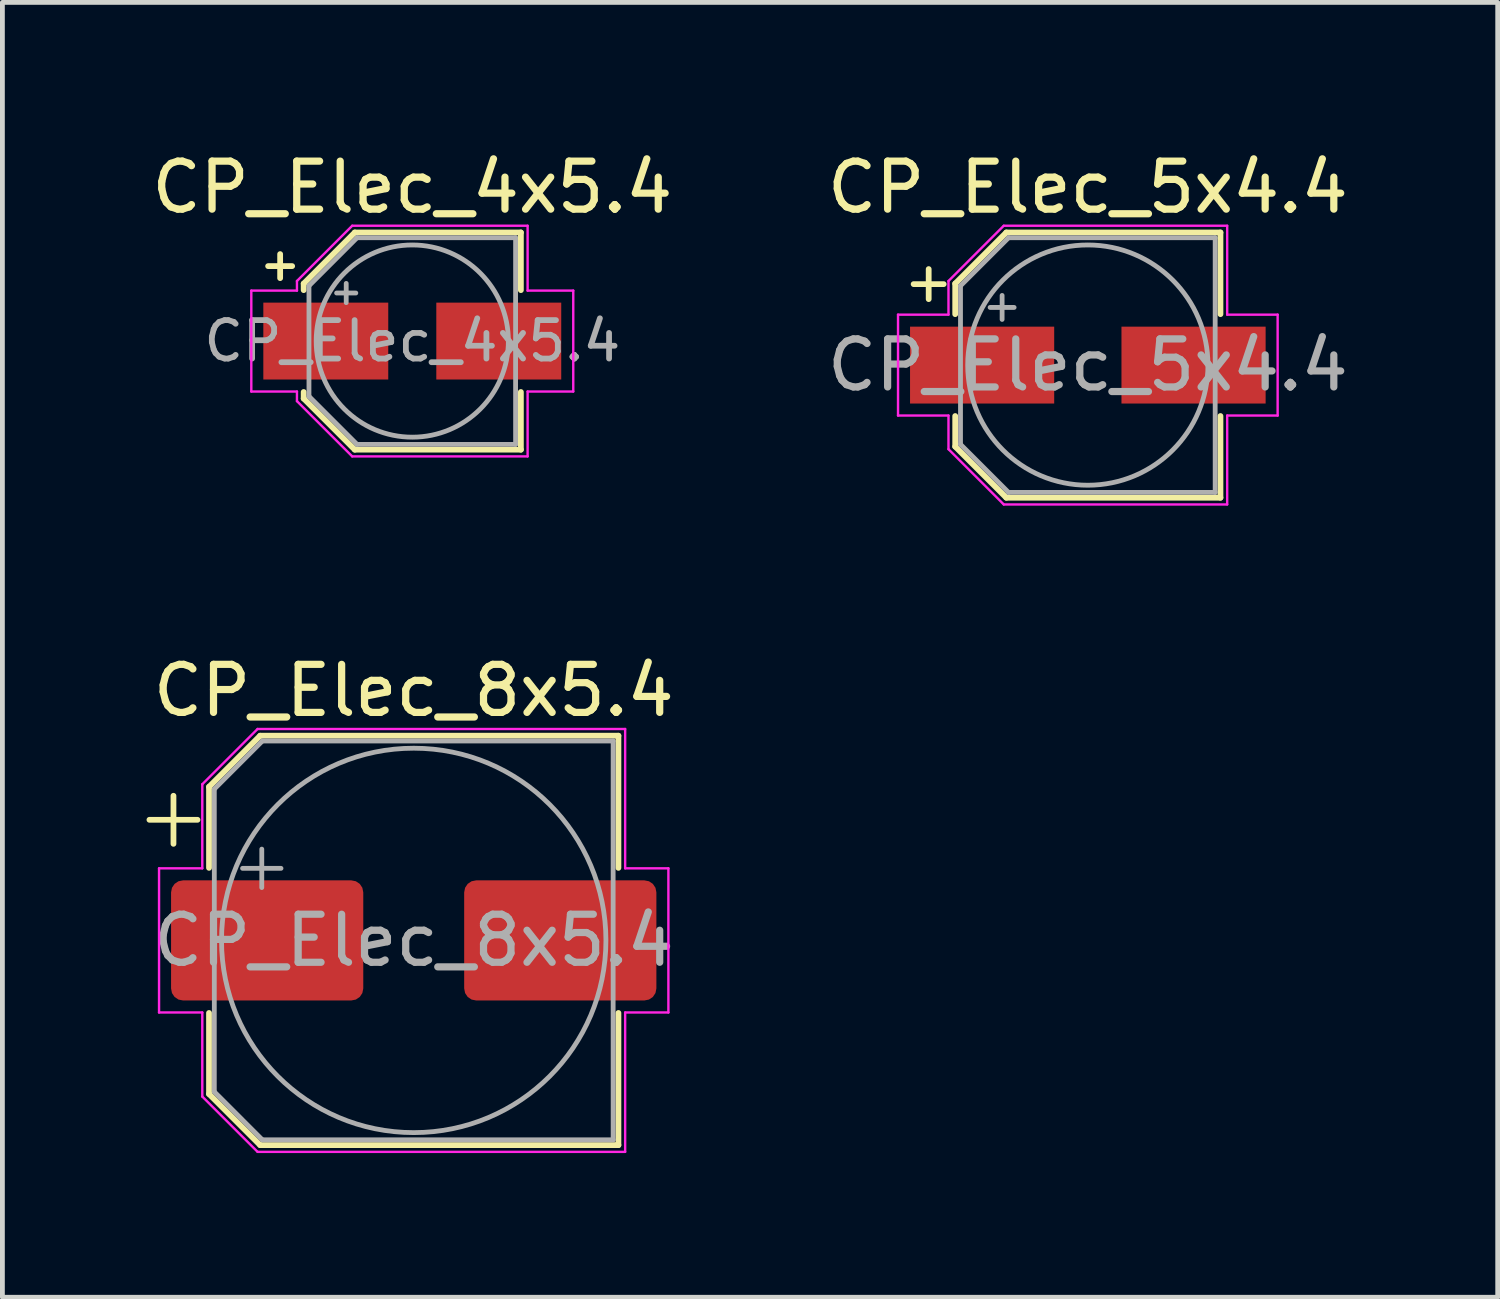
<source format=kicad_pcb>
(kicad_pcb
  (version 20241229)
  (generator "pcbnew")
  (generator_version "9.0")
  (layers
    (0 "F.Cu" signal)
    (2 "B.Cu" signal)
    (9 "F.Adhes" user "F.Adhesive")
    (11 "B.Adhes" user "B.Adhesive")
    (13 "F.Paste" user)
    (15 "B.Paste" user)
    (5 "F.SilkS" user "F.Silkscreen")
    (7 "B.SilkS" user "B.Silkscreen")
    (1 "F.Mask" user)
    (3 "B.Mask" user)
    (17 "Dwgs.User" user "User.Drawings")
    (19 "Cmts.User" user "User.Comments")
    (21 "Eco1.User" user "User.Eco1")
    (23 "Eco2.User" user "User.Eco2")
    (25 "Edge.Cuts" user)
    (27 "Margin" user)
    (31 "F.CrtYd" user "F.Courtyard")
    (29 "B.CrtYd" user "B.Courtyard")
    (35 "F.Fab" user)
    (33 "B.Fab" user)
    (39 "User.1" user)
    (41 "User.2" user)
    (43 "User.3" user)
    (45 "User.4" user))
  (footprint "CP_Elec_8x5.4"
    (layer "F.Cu")
    (at 5.56 16.521)
    (property "Reference" "CP_Elec_8x5.4" (at 0 -5.2 0) (layer "F.SilkS") (effects (font (size 1 1) (thickness 0.15))))
    (attr smd)
    (fp_line (start -5.5 -2.51) (end -4.5 -2.51) (stroke (width 0.12) (type solid)) (layer "F.SilkS"))
    (fp_line (start -5 -3.01) (end -5 -2.01) (stroke (width 0.12) (type solid)) (layer "F.SilkS"))
    (fp_line (start -4.26 -3.196) (end -4.26 -1.51) (stroke (width 0.12) (type solid)) (layer "F.SilkS"))
    (fp_line (start -4.26 -3.196) (end -3.196 -4.26) (stroke (width 0.12) (type solid)) (layer "F.SilkS"))
    (fp_line (start -4.26 3.196) (end -4.26 1.51) (stroke (width 0.12) (type solid)) (layer "F.SilkS"))
    (fp_line (start -4.26 3.196) (end -3.196 4.26) (stroke (width 0.12) (type solid)) (layer "F.SilkS"))
    (fp_line (start -3.196 -4.26) (end 4.26 -4.26) (stroke (width 0.12) (type solid)) (layer "F.SilkS"))
    (fp_line (start -3.196 4.26) (end 4.26 4.26) (stroke (width 0.12) (type solid)) (layer "F.SilkS"))
    (fp_line (start 4.26 -4.26) (end 4.26 -1.51) (stroke (width 0.12) (type solid)) (layer "F.SilkS"))
    (fp_line (start 4.26 4.26) (end 4.26 1.51) (stroke (width 0.12) (type solid)) (layer "F.SilkS"))
    (fp_line (start -5.3 -1.5) (end -5.3 1.5) (stroke (width 0.05) (type solid)) (layer "F.CrtYd"))
    (fp_line (start -5.3 1.5) (end -4.4 1.5) (stroke (width 0.05) (type solid)) (layer "F.CrtYd"))
    (fp_line (start -4.4 -3.25) (end -4.4 -1.5) (stroke (width 0.05) (type solid)) (layer "F.CrtYd"))
    (fp_line (start -4.4 -3.25) (end -3.25 -4.4) (stroke (width 0.05) (type solid)) (layer "F.CrtYd"))
    (fp_line (start -4.4 -1.5) (end -5.3 -1.5) (stroke (width 0.05) (type solid)) (layer "F.CrtYd"))
    (fp_line (start -4.4 1.5) (end -4.4 3.25) (stroke (width 0.05) (type solid)) (layer "F.CrtYd"))
    (fp_line (start -4.4 3.25) (end -3.25 4.4) (stroke (width 0.05) (type solid)) (layer "F.CrtYd"))
    (fp_line (start -3.25 -4.4) (end 4.4 -4.4) (stroke (width 0.05) (type solid)) (layer "F.CrtYd"))
    (fp_line (start -3.25 4.4) (end 4.4 4.4) (stroke (width 0.05) (type solid)) (layer "F.CrtYd"))
    (fp_line (start 4.4 -4.4) (end 4.4 -1.5) (stroke (width 0.05) (type solid)) (layer "F.CrtYd"))
    (fp_line (start 4.4 -1.5) (end 5.3 -1.5) (stroke (width 0.05) (type solid)) (layer "F.CrtYd"))
    (fp_line (start 4.4 1.5) (end 4.4 4.4) (stroke (width 0.05) (type solid)) (layer "F.CrtYd"))
    (fp_line (start 5.3 -1.5) (end 5.3 1.5) (stroke (width 0.05) (type solid)) (layer "F.CrtYd"))
    (fp_line (start 5.3 1.5) (end 4.4 1.5) (stroke (width 0.05) (type solid)) (layer "F.CrtYd"))
    (fp_line (start -4.15 -3.15) (end -4.15 3.15) (stroke (width 0.1) (type solid)) (layer "F.Fab"))
    (fp_line (start -4.15 -3.15) (end -3.15 -4.15) (stroke (width 0.1) (type solid)) (layer "F.Fab"))
    (fp_line (start -4.15 3.15) (end -3.15 4.15) (stroke (width 0.1) (type solid)) (layer "F.Fab"))
    (fp_line (start -3.562 -1.5) (end -2.762 -1.5) (stroke (width 0.1) (type solid)) (layer "F.Fab"))
    (fp_line (start -3.162 -1.9) (end -3.162 -1.1) (stroke (width 0.1) (type solid)) (layer "F.Fab"))
    (fp_line (start -3.15 -4.15) (end 4.15 -4.15) (stroke (width 0.1) (type solid)) (layer "F.Fab"))
    (fp_line (start -3.15 4.15) (end 4.15 4.15) (stroke (width 0.1) (type solid)) (layer "F.Fab"))
    (fp_line (start 4.15 -4.15) (end 4.15 4.15) (stroke (width 0.1) (type solid)) (layer "F.Fab"))
    (fp_circle (center 0 0) (end 4 0) (stroke (width 0.1) (type solid)) (fill no) (layer "F.Fab"))
    (fp_text user "${REFERENCE}" (at 0 0 0) (layer "F.Fab") (effects (font (size 1 1) (thickness 0.15))))
    (pad "1" smd roundrect (at -3.05 0) (size 4 2.5) (layers "F.Cu" "F.Mask" "F.Paste") (roundrect_rratio 0.1))
    (pad "2" smd roundrect (at 3.05 0) (size 4 2.5) (layers "F.Cu" "F.Mask" "F.Paste") (roundrect_rratio 0.1)))
  (footprint "CP_Elec_4x5.4"
    (layer "F.Cu")
    (at 5.53 4.048)
    (property "Reference" "CP_Elec_4x5.4" (at 0 -3.2 0) (layer "F.SilkS") (effects (font (size 1 1) (thickness 0.15))))
    (attr smd)
    (fp_line (start -3 -1.56) (end -2.5 -1.56) (stroke (width 0.12) (type solid)) (layer "F.SilkS"))
    (fp_line (start -2.75 -1.81) (end -2.75 -1.31) (stroke (width 0.12) (type solid)) (layer "F.SilkS"))
    (fp_line (start -2.26 -1.196) (end -2.26 -1.06) (stroke (width 0.12) (type solid)) (layer "F.SilkS"))
    (fp_line (start -2.26 -1.196) (end -1.196 -2.26) (stroke (width 0.12) (type solid)) (layer "F.SilkS"))
    (fp_line (start -2.26 1.196) (end -2.26 1.06) (stroke (width 0.12) (type solid)) (layer "F.SilkS"))
    (fp_line (start -2.26 1.196) (end -1.196 2.26) (stroke (width 0.12) (type solid)) (layer "F.SilkS"))
    (fp_line (start -1.196 -2.26) (end 2.26 -2.26) (stroke (width 0.12) (type solid)) (layer "F.SilkS"))
    (fp_line (start -1.196 2.26) (end 2.26 2.26) (stroke (width 0.12) (type solid)) (layer "F.SilkS"))
    (fp_line (start 2.26 -2.26) (end 2.26 -1.06) (stroke (width 0.12) (type solid)) (layer "F.SilkS"))
    (fp_line (start 2.26 2.26) (end 2.26 1.06) (stroke (width 0.12) (type solid)) (layer "F.SilkS"))
    (fp_line (start -3.35 -1.05) (end -3.35 1.05) (stroke (width 0.05) (type solid)) (layer "F.CrtYd"))
    (fp_line (start -3.35 1.05) (end -2.4 1.05) (stroke (width 0.05) (type solid)) (layer "F.CrtYd"))
    (fp_line (start -2.4 -1.25) (end -2.4 -1.05) (stroke (width 0.05) (type solid)) (layer "F.CrtYd"))
    (fp_line (start -2.4 -1.25) (end -1.25 -2.4) (stroke (width 0.05) (type solid)) (layer "F.CrtYd"))
    (fp_line (start -2.4 -1.05) (end -3.35 -1.05) (stroke (width 0.05) (type solid)) (layer "F.CrtYd"))
    (fp_line (start -2.4 1.05) (end -2.4 1.25) (stroke (width 0.05) (type solid)) (layer "F.CrtYd"))
    (fp_line (start -2.4 1.25) (end -1.25 2.4) (stroke (width 0.05) (type solid)) (layer "F.CrtYd"))
    (fp_line (start -1.25 -2.4) (end 2.4 -2.4) (stroke (width 0.05) (type solid)) (layer "F.CrtYd"))
    (fp_line (start -1.25 2.4) (end 2.4 2.4) (stroke (width 0.05) (type solid)) (layer "F.CrtYd"))
    (fp_line (start 2.4 -2.4) (end 2.4 -1.05) (stroke (width 0.05) (type solid)) (layer "F.CrtYd"))
    (fp_line (start 2.4 -1.05) (end 3.35 -1.05) (stroke (width 0.05) (type solid)) (layer "F.CrtYd"))
    (fp_line (start 2.4 1.05) (end 2.4 2.4) (stroke (width 0.05) (type solid)) (layer "F.CrtYd"))
    (fp_line (start 3.35 -1.05) (end 3.35 1.05) (stroke (width 0.05) (type solid)) (layer "F.CrtYd"))
    (fp_line (start 3.35 1.05) (end 2.4 1.05) (stroke (width 0.05) (type solid)) (layer "F.CrtYd"))
    (fp_line (start -2.15 -1.15) (end -2.15 1.15) (stroke (width 0.1) (type solid)) (layer "F.Fab"))
    (fp_line (start -2.15 -1.15) (end -1.15 -2.15) (stroke (width 0.1) (type solid)) (layer "F.Fab"))
    (fp_line (start -2.15 1.15) (end -1.15 2.15) (stroke (width 0.1) (type solid)) (layer "F.Fab"))
    (fp_line (start -1.575 -1) (end -1.175 -1) (stroke (width 0.1) (type solid)) (layer "F.Fab"))
    (fp_line (start -1.375 -1.2) (end -1.375 -0.8) (stroke (width 0.1) (type solid)) (layer "F.Fab"))
    (fp_line (start -1.15 -2.15) (end 2.15 -2.15) (stroke (width 0.1) (type solid)) (layer "F.Fab"))
    (fp_line (start -1.15 2.15) (end 2.15 2.15) (stroke (width 0.1) (type solid)) (layer "F.Fab"))
    (fp_line (start 2.15 -2.15) (end 2.15 2.15) (stroke (width 0.1) (type solid)) (layer "F.Fab"))
    (fp_circle (center 0 0) (end 2 0) (stroke (width 0.1) (type solid)) (fill no) (layer "F.Fab"))
    (fp_text user "${REFERENCE}" (at 0 0 0) (layer "F.Fab") (effects (font (size 0.8 0.8) (thickness 0.12))))
    (pad "1" smd rect (at -1.8 0) (size 2.6 1.6) (layers "F.Cu" "F.Mask" "F.Paste"))
    (pad "2" smd rect (at 1.8 0) (size 2.6 1.6) (layers "F.Cu" "F.Mask" "F.Paste")))
  (footprint "CP_Elec_5x4.4"
    (layer "F.Cu")
    (at 19.589 4.548)
    (property "Reference" "CP_Elec_5x4.4" (at 0 -3.7 0) (layer "F.SilkS") (effects (font (size 1 1) (thickness 0.15))))
    (attr smd)
    (fp_line (start -3.625 -1.685) (end -3 -1.685) (stroke (width 0.12) (type solid)) (layer "F.SilkS"))
    (fp_line (start -3.312 -1.998) (end -3.312 -1.373) (stroke (width 0.12) (type solid)) (layer "F.SilkS"))
    (fp_line (start -2.76 -1.696) (end -2.76 -1.06) (stroke (width 0.12) (type solid)) (layer "F.SilkS"))
    (fp_line (start -2.76 -1.696) (end -1.696 -2.76) (stroke (width 0.12) (type solid)) (layer "F.SilkS"))
    (fp_line (start -2.76 1.696) (end -2.76 1.06) (stroke (width 0.12) (type solid)) (layer "F.SilkS"))
    (fp_line (start -2.76 1.696) (end -1.696 2.76) (stroke (width 0.12) (type solid)) (layer "F.SilkS"))
    (fp_line (start -1.696 -2.76) (end 2.76 -2.76) (stroke (width 0.12) (type solid)) (layer "F.SilkS"))
    (fp_line (start -1.696 2.76) (end 2.76 2.76) (stroke (width 0.12) (type solid)) (layer "F.SilkS"))
    (fp_line (start 2.76 -2.76) (end 2.76 -1.06) (stroke (width 0.12) (type solid)) (layer "F.SilkS"))
    (fp_line (start 2.76 2.76) (end 2.76 1.06) (stroke (width 0.12) (type solid)) (layer "F.SilkS"))
    (fp_line (start -3.95 -1.05) (end -3.95 1.05) (stroke (width 0.05) (type solid)) (layer "F.CrtYd"))
    (fp_line (start -3.95 1.05) (end -2.9 1.05) (stroke (width 0.05) (type solid)) (layer "F.CrtYd"))
    (fp_line (start -2.9 -1.75) (end -2.9 -1.05) (stroke (width 0.05) (type solid)) (layer "F.CrtYd"))
    (fp_line (start -2.9 -1.75) (end -1.75 -2.9) (stroke (width 0.05) (type solid)) (layer "F.CrtYd"))
    (fp_line (start -2.9 -1.05) (end -3.95 -1.05) (stroke (width 0.05) (type solid)) (layer "F.CrtYd"))
    (fp_line (start -2.9 1.05) (end -2.9 1.75) (stroke (width 0.05) (type solid)) (layer "F.CrtYd"))
    (fp_line (start -2.9 1.75) (end -1.75 2.9) (stroke (width 0.05) (type solid)) (layer "F.CrtYd"))
    (fp_line (start -1.75 -2.9) (end 2.9 -2.9) (stroke (width 0.05) (type solid)) (layer "F.CrtYd"))
    (fp_line (start -1.75 2.9) (end 2.9 2.9) (stroke (width 0.05) (type solid)) (layer "F.CrtYd"))
    (fp_line (start 2.9 -2.9) (end 2.9 -1.05) (stroke (width 0.05) (type solid)) (layer "F.CrtYd"))
    (fp_line (start 2.9 -1.05) (end 3.95 -1.05) (stroke (width 0.05) (type solid)) (layer "F.CrtYd"))
    (fp_line (start 2.9 1.05) (end 2.9 2.9) (stroke (width 0.05) (type solid)) (layer "F.CrtYd"))
    (fp_line (start 3.95 -1.05) (end 3.95 1.05) (stroke (width 0.05) (type solid)) (layer "F.CrtYd"))
    (fp_line (start 3.95 1.05) (end 2.9 1.05) (stroke (width 0.05) (type solid)) (layer "F.CrtYd"))
    (fp_line (start -2.65 -1.65) (end -2.65 1.65) (stroke (width 0.1) (type solid)) (layer "F.Fab"))
    (fp_line (start -2.65 -1.65) (end -1.65 -2.65) (stroke (width 0.1) (type solid)) (layer "F.Fab"))
    (fp_line (start -2.65 1.65) (end -1.65 2.65) (stroke (width 0.1) (type solid)) (layer "F.Fab"))
    (fp_line (start -2.034 -1.2) (end -1.534 -1.2) (stroke (width 0.1) (type solid)) (layer "F.Fab"))
    (fp_line (start -1.784 -1.45) (end -1.784 -0.95) (stroke (width 0.1) (type solid)) (layer "F.Fab"))
    (fp_line (start -1.65 -2.65) (end 2.65 -2.65) (stroke (width 0.1) (type solid)) (layer "F.Fab"))
    (fp_line (start -1.65 2.65) (end 2.65 2.65) (stroke (width 0.1) (type solid)) (layer "F.Fab"))
    (fp_line (start 2.65 -2.65) (end 2.65 2.65) (stroke (width 0.1) (type solid)) (layer "F.Fab"))
    (fp_circle (center 0 0) (end 2.5 0) (stroke (width 0.1) (type solid)) (fill no) (layer "F.Fab"))
    (fp_text user "${REFERENCE}" (at 0 0 0) (layer "F.Fab") (effects (font (size 1 1) (thickness 0.15))))
    (pad "1" smd rect (at -2.2 0) (size 3 1.6) (layers "F.Cu" "F.Mask" "F.Paste"))
    (pad "2" smd rect (at 2.2 0) (size 3 1.6) (layers "F.Cu" "F.Mask" "F.Paste")))
  (gr_rect
    (start -3 -3)
    (end 28.119 23.947)
    (stroke (width 0.1) (type default))
    (fill no)
    (layer "Edge.Cuts")))
</source>
